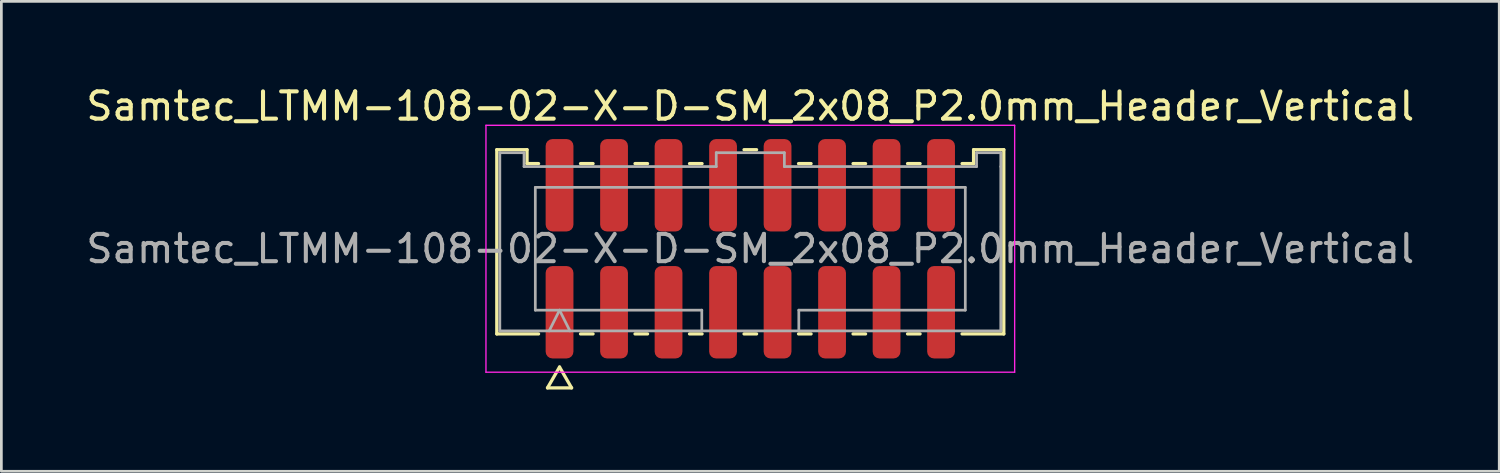
<source format=kicad_pcb>
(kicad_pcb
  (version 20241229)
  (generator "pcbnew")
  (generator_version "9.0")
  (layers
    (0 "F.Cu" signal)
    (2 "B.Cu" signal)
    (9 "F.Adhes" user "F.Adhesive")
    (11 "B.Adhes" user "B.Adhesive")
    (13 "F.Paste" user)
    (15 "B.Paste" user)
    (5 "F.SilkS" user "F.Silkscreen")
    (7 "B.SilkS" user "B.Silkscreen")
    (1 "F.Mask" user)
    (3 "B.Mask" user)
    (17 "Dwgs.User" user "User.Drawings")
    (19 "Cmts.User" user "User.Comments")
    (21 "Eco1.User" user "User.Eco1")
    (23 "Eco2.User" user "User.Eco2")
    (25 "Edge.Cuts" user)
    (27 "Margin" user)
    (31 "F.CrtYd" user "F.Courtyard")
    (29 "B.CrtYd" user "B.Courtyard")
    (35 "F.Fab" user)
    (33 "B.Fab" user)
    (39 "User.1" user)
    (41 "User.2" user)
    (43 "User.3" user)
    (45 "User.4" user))
  (footprint "Samtec_LTMM-108-02-X-D-SM_2x08_P2.0mm_Header_Vertical"
    (layer "F.Cu")
    (at 24.482 6.078)
    (property "Reference" "Samtec_LTMM-108-02-X-D-SM_2x08_P2.0mm_Header_Vertical" (at 0 -5.23 0) (layer "F.SilkS") (effects (font (size 1 1) (thickness 0.15))))
    (attr smd)
    (fp_line (start -9.302 -3.635) (end -8.193 -3.635) (stroke (width 0.12) (type solid)) (layer "F.SilkS"))
    (fp_line (start -9.302 3.125) (end -9.302 -3.635) (stroke (width 0.12) (type solid)) (layer "F.SilkS"))
    (fp_line (start -8.193 -3.635) (end -8.193 -3.125) (stroke (width 0.12) (type solid)) (layer "F.SilkS"))
    (fp_line (start -8.193 -3.125) (end -7.77 -3.125) (stroke (width 0.12) (type solid)) (layer "F.SilkS"))
    (fp_line (start -7.77 3.125) (end -9.302 3.125) (stroke (width 0.12) (type solid)) (layer "F.SilkS"))
    (fp_line (start -7.442 5.105) (end -7 4.34) (stroke (width 0.12) (type solid)) (layer "F.SilkS"))
    (fp_line (start -7 4.34) (end -6.558 5.105) (stroke (width 0.12) (type solid)) (layer "F.SilkS"))
    (fp_line (start -6.558 5.105) (end -7.442 5.105) (stroke (width 0.12) (type solid)) (layer "F.SilkS"))
    (fp_line (start -6.23 -3.125) (end -5.77 -3.125) (stroke (width 0.12) (type solid)) (layer "F.SilkS"))
    (fp_line (start -5.77 3.125) (end -6.23 3.125) (stroke (width 0.12) (type solid)) (layer "F.SilkS"))
    (fp_line (start -4.23 -3.125) (end -3.77 -3.125) (stroke (width 0.12) (type solid)) (layer "F.SilkS"))
    (fp_line (start -3.77 3.125) (end -4.23 3.125) (stroke (width 0.12) (type solid)) (layer "F.SilkS"))
    (fp_line (start -2.23 -3.125) (end -1.77 -3.125) (stroke (width 0.12) (type solid)) (layer "F.SilkS"))
    (fp_line (start -1.77 3.125) (end -2.23 3.125) (stroke (width 0.12) (type solid)) (layer "F.SilkS"))
    (fp_line (start -0.23 -3.635) (end 0.23 -3.635) (stroke (width 0.12) (type solid)) (layer "F.SilkS"))
    (fp_line (start 0.23 3.125) (end -0.23 3.125) (stroke (width 0.12) (type solid)) (layer "F.SilkS"))
    (fp_line (start 1.77 -3.125) (end 2.23 -3.125) (stroke (width 0.12) (type solid)) (layer "F.SilkS"))
    (fp_line (start 2.23 3.125) (end 1.77 3.125) (stroke (width 0.12) (type solid)) (layer "F.SilkS"))
    (fp_line (start 3.77 -3.125) (end 4.23 -3.125) (stroke (width 0.12) (type solid)) (layer "F.SilkS"))
    (fp_line (start 4.23 3.125) (end 3.77 3.125) (stroke (width 0.12) (type solid)) (layer "F.SilkS"))
    (fp_line (start 5.77 -3.125) (end 6.23 -3.125) (stroke (width 0.12) (type solid)) (layer "F.SilkS"))
    (fp_line (start 6.23 3.125) (end 5.77 3.125) (stroke (width 0.12) (type solid)) (layer "F.SilkS"))
    (fp_line (start 7.77 -3.125) (end 8.193 -3.125) (stroke (width 0.12) (type solid)) (layer "F.SilkS"))
    (fp_line (start 8.193 -3.635) (end 9.302 -3.635) (stroke (width 0.12) (type solid)) (layer "F.SilkS"))
    (fp_line (start 8.193 -3.125) (end 8.193 -3.635) (stroke (width 0.12) (type solid)) (layer "F.SilkS"))
    (fp_line (start 9.302 -3.635) (end 9.302 3.125) (stroke (width 0.12) (type solid)) (layer "F.SilkS"))
    (fp_line (start 9.302 3.125) (end 7.77 3.125) (stroke (width 0.12) (type solid)) (layer "F.SilkS"))
    (fp_line (start -9.7 -4.53) (end -9.7 4.53) (stroke (width 0.05) (type solid)) (layer "F.CrtYd"))
    (fp_line (start -9.7 4.53) (end 9.7 4.53) (stroke (width 0.05) (type solid)) (layer "F.CrtYd"))
    (fp_line (start 9.7 -4.53) (end -9.7 -4.53) (stroke (width 0.05) (type solid)) (layer "F.CrtYd"))
    (fp_line (start 9.7 4.53) (end 9.7 -4.53) (stroke (width 0.05) (type solid)) (layer "F.CrtYd"))
    (fp_line (start -9.191 -3.525) (end -8.303 -3.525) (stroke (width 0.1) (type solid)) (layer "F.Fab"))
    (fp_line (start -9.191 3.015) (end -9.191 -3.525) (stroke (width 0.1) (type solid)) (layer "F.Fab"))
    (fp_line (start -8.303 -3.525) (end -8.303 -3.015) (stroke (width 0.1) (type solid)) (layer "F.Fab"))
    (fp_line (start -8.303 -3.015) (end -1.25 -3.015) (stroke (width 0.1) (type solid)) (layer "F.Fab"))
    (fp_line (start -7.889 -2.253) (end 7.889 -2.253) (stroke (width 0.1) (type solid)) (layer "F.Fab"))
    (fp_line (start -7.889 2.253) (end -7.889 -2.253) (stroke (width 0.1) (type solid)) (layer "F.Fab"))
    (fp_line (start -7.381 3.015) (end -7 2.253) (stroke (width 0.1) (type solid)) (layer "F.Fab"))
    (fp_line (start -7 2.253) (end -6.619 3.015) (stroke (width 0.1) (type solid)) (layer "F.Fab"))
    (fp_line (start -1.78 2.253) (end -7.889 2.253) (stroke (width 0.1) (type solid)) (layer "F.Fab"))
    (fp_line (start -1.78 3.015) (end -1.78 2.253) (stroke (width 0.1) (type solid)) (layer "F.Fab"))
    (fp_line (start -1.25 -3.525) (end 1.25 -3.525) (stroke (width 0.1) (type solid)) (layer "F.Fab"))
    (fp_line (start -1.25 -3.015) (end -1.25 -3.525) (stroke (width 0.1) (type solid)) (layer "F.Fab"))
    (fp_line (start 1.25 -3.525) (end 1.25 -3.015) (stroke (width 0.1) (type solid)) (layer "F.Fab"))
    (fp_line (start 1.25 -3.015) (end 8.303 -3.015) (stroke (width 0.1) (type solid)) (layer "F.Fab"))
    (fp_line (start 1.78 2.253) (end 1.78 3.015) (stroke (width 0.1) (type solid)) (layer "F.Fab"))
    (fp_line (start 7.889 -2.253) (end 7.889 2.253) (stroke (width 0.1) (type solid)) (layer "F.Fab"))
    (fp_line (start 7.889 2.253) (end 1.78 2.253) (stroke (width 0.1) (type solid)) (layer "F.Fab"))
    (fp_line (start 8.303 -3.525) (end 9.191 -3.525) (stroke (width 0.1) (type solid)) (layer "F.Fab"))
    (fp_line (start 8.303 -3.015) (end 8.303 -3.525) (stroke (width 0.1) (type solid)) (layer "F.Fab"))
    (fp_line (start 9.191 -3.525) (end 9.191 -3.015) (stroke (width 0.1) (type solid)) (layer "F.Fab"))
    (fp_line (start 9.191 -3.015) (end 9.191 3.015) (stroke (width 0.1) (type solid)) (layer "F.Fab"))
    (fp_line (start 9.191 3.015) (end -9.191 3.015) (stroke (width 0.1) (type solid)) (layer "F.Fab"))
    (fp_text user "${REFERENCE}" (at 0 0 0) (layer "F.Fab") (effects (font (size 1 1) (thickness 0.15))))
    (pad "1" smd roundrect (at -7 2.33) (size 1.02 3.39) (layers "F.Cu" "F.Mask" "F.Paste") (roundrect_rratio 0.245))
    (pad "2" smd roundrect (at -7 -2.33) (size 1.02 3.39) (layers "F.Cu" "F.Mask" "F.Paste") (roundrect_rratio 0.245))
    (pad "3" smd roundrect (at -5 2.33) (size 1.02 3.39) (layers "F.Cu" "F.Mask" "F.Paste") (roundrect_rratio 0.245))
    (pad "4" smd roundrect (at -5 -2.33) (size 1.02 3.39) (layers "F.Cu" "F.Mask" "F.Paste") (roundrect_rratio 0.245))
    (pad "5" smd roundrect (at -3 2.33) (size 1.02 3.39) (layers "F.Cu" "F.Mask" "F.Paste") (roundrect_rratio 0.245))
    (pad "6" smd roundrect (at -3 -2.33) (size 1.02 3.39) (layers "F.Cu" "F.Mask" "F.Paste") (roundrect_rratio 0.245))
    (pad "7" smd roundrect (at -1 2.33) (size 1.02 3.39) (layers "F.Cu" "F.Mask" "F.Paste") (roundrect_rratio 0.245))
    (pad "8" smd roundrect (at -1 -2.33) (size 1.02 3.39) (layers "F.Cu" "F.Mask" "F.Paste") (roundrect_rratio 0.245))
    (pad "9" smd roundrect (at 1 2.33) (size 1.02 3.39) (layers "F.Cu" "F.Mask" "F.Paste") (roundrect_rratio 0.245))
    (pad "10" smd roundrect (at 1 -2.33) (size 1.02 3.39) (layers "F.Cu" "F.Mask" "F.Paste") (roundrect_rratio 0.245))
    (pad "11" smd roundrect (at 3 2.33) (size 1.02 3.39) (layers "F.Cu" "F.Mask" "F.Paste") (roundrect_rratio 0.245))
    (pad "12" smd roundrect (at 3 -2.33) (size 1.02 3.39) (layers "F.Cu" "F.Mask" "F.Paste") (roundrect_rratio 0.245))
    (pad "13" smd roundrect (at 5 2.33) (size 1.02 3.39) (layers "F.Cu" "F.Mask" "F.Paste") (roundrect_rratio 0.245))
    (pad "14" smd roundrect (at 5 -2.33) (size 1.02 3.39) (layers "F.Cu" "F.Mask" "F.Paste") (roundrect_rratio 0.245))
    (pad "15" smd roundrect (at 7 2.33) (size 1.02 3.39) (layers "F.Cu" "F.Mask" "F.Paste") (roundrect_rratio 0.245))
    (pad "16" smd roundrect (at 7 -2.33) (size 1.02 3.39) (layers "F.Cu" "F.Mask" "F.Paste") (roundrect_rratio 0.245)))
  (gr_rect
    (start -3 -3)
    (end 51.964 14.243)
    (stroke (width 0.1) (type default))
    (fill no)
    (layer "Edge.Cuts")))
</source>
